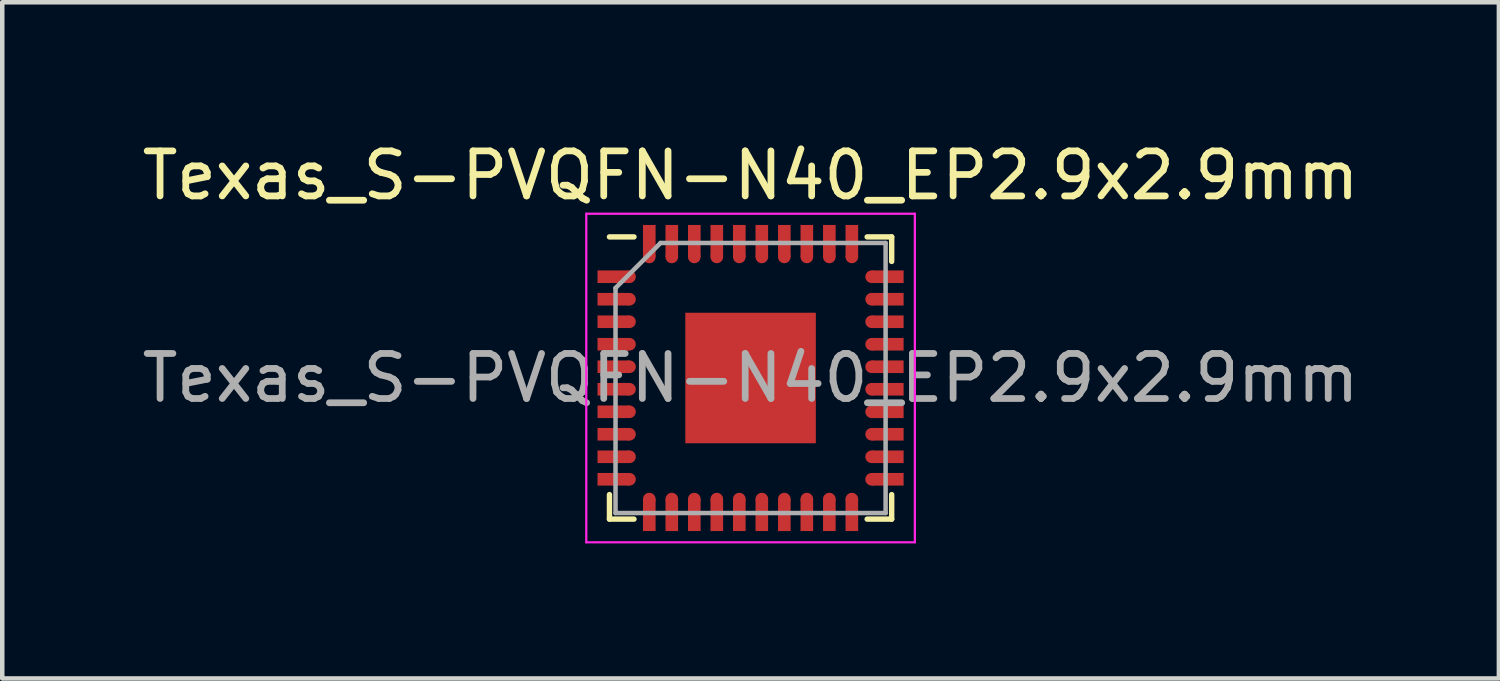
<source format=kicad_pcb>
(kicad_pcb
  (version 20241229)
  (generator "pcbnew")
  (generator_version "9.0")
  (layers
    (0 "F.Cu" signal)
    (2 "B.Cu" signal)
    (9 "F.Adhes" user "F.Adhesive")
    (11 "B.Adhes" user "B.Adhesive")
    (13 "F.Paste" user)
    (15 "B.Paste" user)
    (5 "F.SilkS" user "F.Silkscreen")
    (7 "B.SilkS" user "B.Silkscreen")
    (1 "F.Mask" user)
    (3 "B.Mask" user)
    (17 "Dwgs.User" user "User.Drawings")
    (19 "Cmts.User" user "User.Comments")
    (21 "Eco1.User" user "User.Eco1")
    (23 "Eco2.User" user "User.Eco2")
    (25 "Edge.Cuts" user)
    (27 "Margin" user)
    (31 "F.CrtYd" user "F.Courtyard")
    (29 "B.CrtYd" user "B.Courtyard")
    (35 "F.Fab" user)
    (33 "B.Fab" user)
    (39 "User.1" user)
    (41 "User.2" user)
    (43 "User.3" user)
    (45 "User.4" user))
  (footprint "Texas_S-PVQFN-N40_EP2.9x2.9mm"
    (layer "F.Cu")
    (at 13.625 5.348)
    (property "Reference" "Texas_S-PVQFN-N40_EP2.9x2.9mm" (at 0 -4.5 0) (layer "F.SilkS") (effects (font (size 1 1) (thickness 0.15))))
    (attr smd)
    (fp_line (start -3.135 -3.135) (end -2.59 -3.135) (stroke (width 0.12) (type solid)) (layer "F.SilkS"))
    (fp_line (start -3.135 2.59) (end -3.135 3.135) (stroke (width 0.12) (type solid)) (layer "F.SilkS"))
    (fp_line (start -3.135 3.135) (end -2.59 3.135) (stroke (width 0.12) (type solid)) (layer "F.SilkS"))
    (fp_line (start 3.135 -3.135) (end 2.59 -3.135) (stroke (width 0.12) (type solid)) (layer "F.SilkS"))
    (fp_line (start 3.135 -2.59) (end 3.135 -3.135) (stroke (width 0.12) (type solid)) (layer "F.SilkS"))
    (fp_line (start 3.135 2.59) (end 3.135 3.135) (stroke (width 0.12) (type solid)) (layer "F.SilkS"))
    (fp_line (start 3.135 3.135) (end 2.59 3.135) (stroke (width 0.12) (type solid)) (layer "F.SilkS"))
    (fp_line (start -3.65 -3.65) (end -3.65 3.65) (stroke (width 0.05) (type solid)) (layer "F.CrtYd"))
    (fp_line (start -3.65 3.65) (end 3.65 3.65) (stroke (width 0.05) (type solid)) (layer "F.CrtYd"))
    (fp_line (start 3.65 -3.65) (end -3.65 -3.65) (stroke (width 0.05) (type solid)) (layer "F.CrtYd"))
    (fp_line (start 3.65 3.65) (end 3.65 -3.65) (stroke (width 0.05) (type solid)) (layer "F.CrtYd"))
    (fp_line (start -3 -2) (end -3 3) (stroke (width 0.1) (type solid)) (layer "F.Fab"))
    (fp_line (start -3 3) (end 3 3) (stroke (width 0.1) (type solid)) (layer "F.Fab"))
    (fp_line (start -2 -3) (end -3 -2) (stroke (width 0.1) (type solid)) (layer "F.Fab"))
    (fp_line (start 3 -3) (end -2 -3) (stroke (width 0.1) (type solid)) (layer "F.Fab"))
    (fp_line (start 3 3) (end 3 -3) (stroke (width 0.1) (type solid)) (layer "F.Fab"))
    (fp_text user "${REFERENCE}" (at 0 0 0) (layer "F.Fab") (effects (font (size 1 1) (thickness 0.15))))
    (pad "" smd rect (at -0.75 -0.75) (size 1.2 1.2) (layers "F.Paste"))
    (pad "" smd rect (at -0.75 0.75) (size 1.2 1.2) (layers "F.Paste"))
    (pad "" smd rect (at 0.75 -0.75) (size 1.2 1.2) (layers "F.Paste"))
    (pad "" smd rect (at 0.75 0.75) (size 1.2 1.2) (layers "F.Paste"))
    (pad "1" smd rect (at -3.045 -2.25) (size 0.71 0.28) (layers "F.Cu" "F.Mask" "F.Paste"))
    (pad "1" smd circle (at -2.69 -2.25) (size 0.28 0.28) (layers "F.Cu" "F.Mask" "F.Paste"))
    (pad "2" smd rect (at -3.045 -1.75) (size 0.71 0.28) (layers "F.Cu" "F.Mask" "F.Paste"))
    (pad "2" smd circle (at -2.69 -1.75) (size 0.28 0.28) (layers "F.Cu" "F.Mask" "F.Paste"))
    (pad "3" smd rect (at -3.045 -1.25) (size 0.71 0.28) (layers "F.Cu" "F.Mask" "F.Paste"))
    (pad "3" smd circle (at -2.69 -1.25) (size 0.28 0.28) (layers "F.Cu" "F.Mask" "F.Paste"))
    (pad "4" smd rect (at -3.045 -0.75) (size 0.71 0.28) (layers "F.Cu" "F.Mask" "F.Paste"))
    (pad "4" smd circle (at -2.69 -0.75) (size 0.28 0.28) (layers "F.Cu" "F.Mask" "F.Paste"))
    (pad "5" smd rect (at -3.045 -0.25) (size 0.71 0.28) (layers "F.Cu" "F.Mask" "F.Paste"))
    (pad "5" smd circle (at -2.69 -0.25) (size 0.28 0.28) (layers "F.Cu" "F.Mask" "F.Paste"))
    (pad "6" smd rect (at -3.045 0.25) (size 0.71 0.28) (layers "F.Cu" "F.Mask" "F.Paste"))
    (pad "6" smd circle (at -2.69 0.25) (size 0.28 0.28) (layers "F.Cu" "F.Mask" "F.Paste"))
    (pad "7" smd rect (at -3.045 0.75) (size 0.71 0.28) (layers "F.Cu" "F.Mask" "F.Paste"))
    (pad "7" smd circle (at -2.69 0.75) (size 0.28 0.28) (layers "F.Cu" "F.Mask" "F.Paste"))
    (pad "8" smd rect (at -3.045 1.25) (size 0.71 0.28) (layers "F.Cu" "F.Mask" "F.Paste"))
    (pad "8" smd circle (at -2.69 1.25) (size 0.28 0.28) (layers "F.Cu" "F.Mask" "F.Paste"))
    (pad "9" smd rect (at -3.045 1.75) (size 0.71 0.28) (layers "F.Cu" "F.Mask" "F.Paste"))
    (pad "9" smd circle (at -2.69 1.75) (size 0.28 0.28) (layers "F.Cu" "F.Mask" "F.Paste"))
    (pad "10" smd rect (at -3.045 2.25) (size 0.71 0.28) (layers "F.Cu" "F.Mask" "F.Paste"))
    (pad "10" smd circle (at -2.69 2.25) (size 0.28 0.28) (layers "F.Cu" "F.Mask" "F.Paste"))
    (pad "11" smd circle (at -2.25 2.69) (size 0.28 0.28) (layers "F.Cu" "F.Mask" "F.Paste"))
    (pad "11" smd rect (at -2.25 3.045) (size 0.28 0.71) (layers "F.Cu" "F.Mask" "F.Paste"))
    (pad "12" smd circle (at -1.75 2.69) (size 0.28 0.28) (layers "F.Cu" "F.Mask" "F.Paste"))
    (pad "12" smd rect (at -1.75 3.045) (size 0.28 0.71) (layers "F.Cu" "F.Mask" "F.Paste"))
    (pad "13" smd circle (at -1.25 2.69) (size 0.28 0.28) (layers "F.Cu" "F.Mask" "F.Paste"))
    (pad "13" smd rect (at -1.25 3.045) (size 0.28 0.71) (layers "F.Cu" "F.Mask" "F.Paste"))
    (pad "14" smd circle (at -0.75 2.69) (size 0.28 0.28) (layers "F.Cu" "F.Mask" "F.Paste"))
    (pad "14" smd rect (at -0.75 3.045) (size 0.28 0.71) (layers "F.Cu" "F.Mask" "F.Paste"))
    (pad "15" smd circle (at -0.25 2.69) (size 0.28 0.28) (layers "F.Cu" "F.Mask" "F.Paste"))
    (pad "15" smd rect (at -0.25 3.045) (size 0.28 0.71) (layers "F.Cu" "F.Mask" "F.Paste"))
    (pad "16" smd circle (at 0.25 2.69) (size 0.28 0.28) (layers "F.Cu" "F.Mask" "F.Paste"))
    (pad "16" smd rect (at 0.25 3.045) (size 0.28 0.71) (layers "F.Cu" "F.Mask" "F.Paste"))
    (pad "17" smd circle (at 0.75 2.69) (size 0.28 0.28) (layers "F.Cu" "F.Mask" "F.Paste"))
    (pad "17" smd rect (at 0.75 3.045) (size 0.28 0.71) (layers "F.Cu" "F.Mask" "F.Paste"))
    (pad "18" smd circle (at 1.25 2.69) (size 0.28 0.28) (layers "F.Cu" "F.Mask" "F.Paste"))
    (pad "18" smd rect (at 1.25 3.045) (size 0.28 0.71) (layers "F.Cu" "F.Mask" "F.Paste"))
    (pad "19" smd circle (at 1.75 2.69) (size 0.28 0.28) (layers "F.Cu" "F.Mask" "F.Paste"))
    (pad "19" smd rect (at 1.75 3.045) (size 0.28 0.71) (layers "F.Cu" "F.Mask" "F.Paste"))
    (pad "20" smd circle (at 2.25 2.69) (size 0.28 0.28) (layers "F.Cu" "F.Mask" "F.Paste"))
    (pad "20" smd rect (at 2.25 3.045) (size 0.28 0.71) (layers "F.Cu" "F.Mask" "F.Paste"))
    (pad "21" smd circle (at 2.69 2.25) (size 0.28 0.28) (layers "F.Cu" "F.Mask" "F.Paste"))
    (pad "21" smd rect (at 3.045 2.25) (size 0.71 0.28) (layers "F.Cu" "F.Mask" "F.Paste"))
    (pad "22" smd circle (at 2.69 1.75) (size 0.28 0.28) (layers "F.Cu" "F.Mask" "F.Paste"))
    (pad "22" smd rect (at 3.045 1.75) (size 0.71 0.28) (layers "F.Cu" "F.Mask" "F.Paste"))
    (pad "23" smd circle (at 2.69 1.25) (size 0.28 0.28) (layers "F.Cu" "F.Mask" "F.Paste"))
    (pad "23" smd rect (at 3.045 1.25) (size 0.71 0.28) (layers "F.Cu" "F.Mask" "F.Paste"))
    (pad "24" smd circle (at 2.69 0.75) (size 0.28 0.28) (layers "F.Cu" "F.Mask" "F.Paste"))
    (pad "24" smd rect (at 3.045 0.75) (size 0.71 0.28) (layers "F.Cu" "F.Mask" "F.Paste"))
    (pad "25" smd circle (at 2.69 0.25) (size 0.28 0.28) (layers "F.Cu" "F.Mask" "F.Paste"))
    (pad "25" smd rect (at 3.045 0.25) (size 0.71 0.28) (layers "F.Cu" "F.Mask" "F.Paste"))
    (pad "26" smd circle (at 2.69 -0.25) (size 0.28 0.28) (layers "F.Cu" "F.Mask" "F.Paste"))
    (pad "26" smd rect (at 3.045 -0.25) (size 0.71 0.28) (layers "F.Cu" "F.Mask" "F.Paste"))
    (pad "27" smd circle (at 2.69 -0.75) (size 0.28 0.28) (layers "F.Cu" "F.Mask" "F.Paste"))
    (pad "27" smd rect (at 3.045 -0.75) (size 0.71 0.28) (layers "F.Cu" "F.Mask" "F.Paste"))
    (pad "28" smd circle (at 2.69 -1.25) (size 0.28 0.28) (layers "F.Cu" "F.Mask" "F.Paste"))
    (pad "28" smd rect (at 3.045 -1.25) (size 0.71 0.28) (layers "F.Cu" "F.Mask" "F.Paste"))
    (pad "29" smd circle (at 2.69 -1.75) (size 0.28 0.28) (layers "F.Cu" "F.Mask" "F.Paste"))
    (pad "29" smd rect (at 3.045 -1.75) (size 0.71 0.28) (layers "F.Cu" "F.Mask" "F.Paste"))
    (pad "30" smd circle (at 2.69 -2.25) (size 0.28 0.28) (layers "F.Cu" "F.Mask" "F.Paste"))
    (pad "30" smd rect (at 3.045 -2.25) (size 0.71 0.28) (layers "F.Cu" "F.Mask" "F.Paste"))
    (pad "31" smd rect (at 2.25 -3.045) (size 0.28 0.71) (layers "F.Cu" "F.Mask" "F.Paste"))
    (pad "31" smd circle (at 2.25 -2.69) (size 0.28 0.28) (layers "F.Cu" "F.Mask" "F.Paste"))
    (pad "32" smd rect (at 1.75 -3.045) (size 0.28 0.71) (layers "F.Cu" "F.Mask" "F.Paste"))
    (pad "32" smd circle (at 1.75 -2.69) (size 0.28 0.28) (layers "F.Cu" "F.Mask" "F.Paste"))
    (pad "33" smd rect (at 1.25 -3.045) (size 0.28 0.71) (layers "F.Cu" "F.Mask" "F.Paste"))
    (pad "33" smd circle (at 1.25 -2.69) (size 0.28 0.28) (layers "F.Cu" "F.Mask" "F.Paste"))
    (pad "34" smd rect (at 0.75 -3.045) (size 0.28 0.71) (layers "F.Cu" "F.Mask" "F.Paste"))
    (pad "34" smd circle (at 0.75 -2.69) (size 0.28 0.28) (layers "F.Cu" "F.Mask" "F.Paste"))
    (pad "35" smd rect (at 0.25 -3.045) (size 0.28 0.71) (layers "F.Cu" "F.Mask" "F.Paste"))
    (pad "35" smd circle (at 0.25 -2.69) (size 0.28 0.28) (layers "F.Cu" "F.Mask" "F.Paste"))
    (pad "36" smd rect (at -0.25 -3.045) (size 0.28 0.71) (layers "F.Cu" "F.Mask" "F.Paste"))
    (pad "36" smd circle (at -0.25 -2.69) (size 0.28 0.28) (layers "F.Cu" "F.Mask" "F.Paste"))
    (pad "37" smd rect (at -0.75 -3.045) (size 0.28 0.71) (layers "F.Cu" "F.Mask" "F.Paste"))
    (pad "37" smd circle (at -0.75 -2.69) (size 0.28 0.28) (layers "F.Cu" "F.Mask" "F.Paste"))
    (pad "38" smd rect (at -1.25 -3.045) (size 0.28 0.71) (layers "F.Cu" "F.Mask" "F.Paste"))
    (pad "38" smd circle (at -1.25 -2.69) (size 0.28 0.28) (layers "F.Cu" "F.Mask" "F.Paste"))
    (pad "39" smd rect (at -1.75 -3.045) (size 0.28 0.71) (layers "F.Cu" "F.Mask" "F.Paste"))
    (pad "39" smd circle (at -1.75 -2.69) (size 0.28 0.28) (layers "F.Cu" "F.Mask" "F.Paste"))
    (pad "40" smd rect (at -2.25 -3.045) (size 0.28 0.71) (layers "F.Cu" "F.Mask" "F.Paste"))
    (pad "40" smd circle (at -2.25 -2.69) (size 0.28 0.28) (layers "F.Cu" "F.Mask" "F.Paste"))
    (pad "41" smd rect (at 0 0) (size 2.9 2.9) (layers "F.Cu" "F.Mask")))
  (gr_rect
    (start -3 -3)
    (end 30.25 12.023)
    (stroke (width 0.1) (type default))
    (fill no)
    (layer "Edge.Cuts")))
</source>
